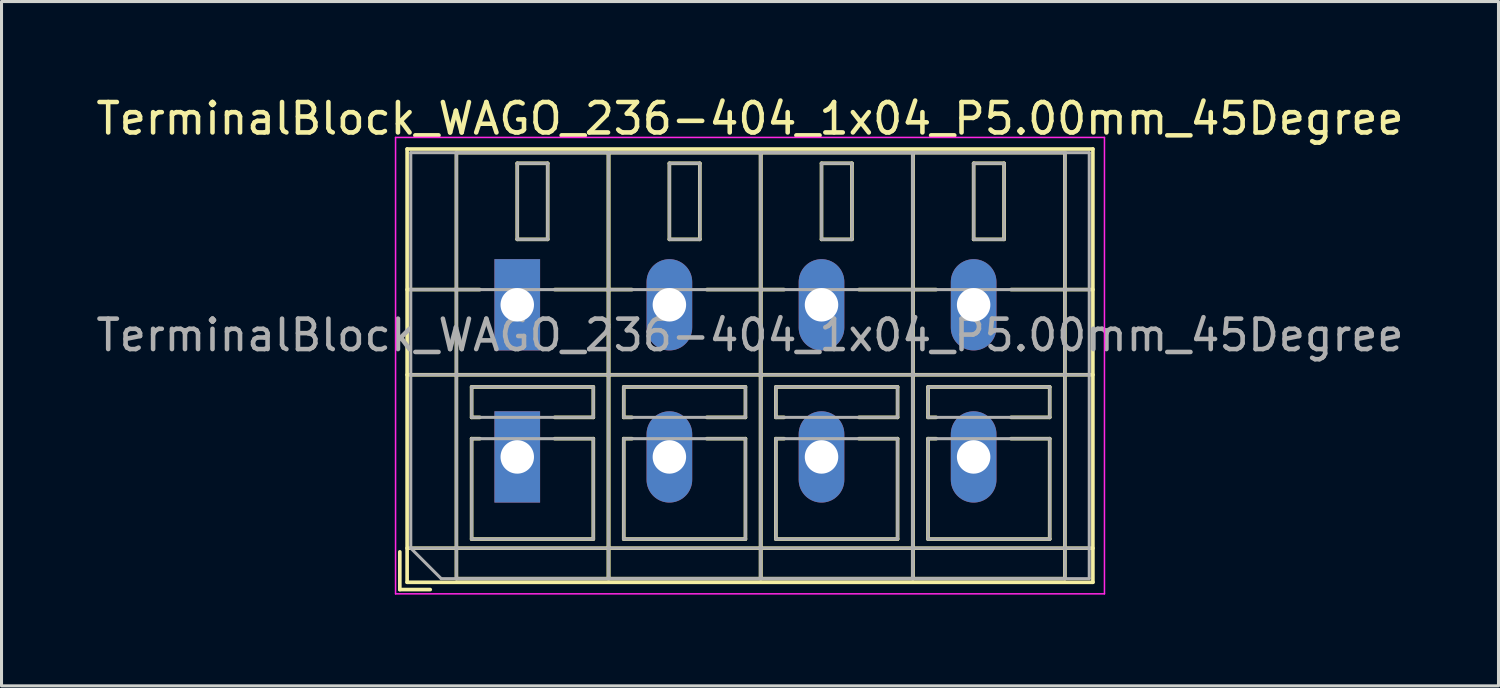
<source format=kicad_pcb>
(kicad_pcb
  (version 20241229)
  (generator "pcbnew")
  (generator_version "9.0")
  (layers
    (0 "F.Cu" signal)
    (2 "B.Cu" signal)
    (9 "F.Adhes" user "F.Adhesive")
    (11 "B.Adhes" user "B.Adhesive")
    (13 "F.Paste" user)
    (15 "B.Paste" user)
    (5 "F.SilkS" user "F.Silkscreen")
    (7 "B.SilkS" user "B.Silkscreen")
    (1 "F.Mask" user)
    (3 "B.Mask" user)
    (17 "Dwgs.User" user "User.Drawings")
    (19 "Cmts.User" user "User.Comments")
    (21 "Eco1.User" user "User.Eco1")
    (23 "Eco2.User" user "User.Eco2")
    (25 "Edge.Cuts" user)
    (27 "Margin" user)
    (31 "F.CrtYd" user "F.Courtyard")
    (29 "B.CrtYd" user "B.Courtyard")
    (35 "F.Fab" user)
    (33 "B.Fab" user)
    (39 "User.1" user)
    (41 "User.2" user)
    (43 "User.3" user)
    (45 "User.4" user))
  (footprint "TerminalBlock_WAGO_236-404_1x04_P5.00mm_45Degree"
    (layer "F.Cu")
    (at 13.951 6.968)
    (property "Reference" "TerminalBlock_WAGO_236-404_1x04_P5.00mm_45Degree" (at 7.65 -6.12 0) (layer "F.SilkS") (effects (font (size 1 1) (thickness 0.15))))
    (attr through_hole)
    (fp_line (start -3.86 8.12) (end -3.86 9.36) (stroke (width 0.12) (type solid)) (layer "F.SilkS"))
    (fp_line (start -3.86 9.36) (end -2.86 9.36) (stroke (width 0.12) (type solid)) (layer "F.SilkS"))
    (fp_line (start -3.62 -5.12) (end -3.62 9.12) (stroke (width 0.12) (type solid)) (layer "F.SilkS"))
    (fp_line (start -3.62 -5.12) (end 18.92 -5.12) (stroke (width 0.12) (type solid)) (layer "F.SilkS"))
    (fp_line (start -3.62 -0.5) (end -1.23 -0.5) (stroke (width 0.12) (type solid)) (layer "F.SilkS"))
    (fp_line (start -3.62 2.3) (end 18.92 2.3) (stroke (width 0.12) (type solid)) (layer "F.SilkS"))
    (fp_line (start -3.62 8) (end 18.92 8) (stroke (width 0.12) (type solid)) (layer "F.SilkS"))
    (fp_line (start -3.62 9.12) (end 18.92 9.12) (stroke (width 0.12) (type solid)) (layer "F.SilkS"))
    (fp_line (start -2 -5) (end -2 9) (stroke (width 0.12) (type solid)) (layer "F.SilkS"))
    (fp_line (start -2 -5) (end 3 -5) (stroke (width 0.12) (type solid)) (layer "F.SilkS"))
    (fp_line (start -2 9) (end 3 9) (stroke (width 0.12) (type solid)) (layer "F.SilkS"))
    (fp_line (start -1.5 2.7) (end -1.5 3.7) (stroke (width 0.12) (type solid)) (layer "F.SilkS"))
    (fp_line (start -1.5 2.7) (end 2.5 2.7) (stroke (width 0.12) (type solid)) (layer "F.SilkS"))
    (fp_line (start -1.5 3.7) (end -1.23 3.7) (stroke (width 0.12) (type solid)) (layer "F.SilkS"))
    (fp_line (start -1.5 4.4) (end -1.5 7.7) (stroke (width 0.12) (type solid)) (layer "F.SilkS"))
    (fp_line (start -1.5 4.4) (end -1.23 4.4) (stroke (width 0.12) (type solid)) (layer "F.SilkS"))
    (fp_line (start -1.5 7.7) (end 2.5 7.7) (stroke (width 0.12) (type solid)) (layer "F.SilkS"))
    (fp_line (start 0 -4.65) (end 0 -2.151) (stroke (width 0.12) (type solid)) (layer "F.SilkS"))
    (fp_line (start 0 -4.65) (end 1 -4.65) (stroke (width 0.12) (type solid)) (layer "F.SilkS"))
    (fp_line (start 0 -2.151) (end 1 -2.151) (stroke (width 0.12) (type solid)) (layer "F.SilkS"))
    (fp_line (start 1 -4.65) (end 1 -2.151) (stroke (width 0.12) (type solid)) (layer "F.SilkS"))
    (fp_line (start 1.23 -0.5) (end 3.77 -0.5) (stroke (width 0.12) (type solid)) (layer "F.SilkS"))
    (fp_line (start 1.23 3.7) (end 2.5 3.7) (stroke (width 0.12) (type solid)) (layer "F.SilkS"))
    (fp_line (start 1.23 4.4) (end 2.5 4.4) (stroke (width 0.12) (type solid)) (layer "F.SilkS"))
    (fp_line (start 2.5 2.7) (end 2.5 3.7) (stroke (width 0.12) (type solid)) (layer "F.SilkS"))
    (fp_line (start 2.5 4.4) (end 2.5 7.7) (stroke (width 0.12) (type solid)) (layer "F.SilkS"))
    (fp_line (start 3 -5) (end 3 9) (stroke (width 0.12) (type solid)) (layer "F.SilkS"))
    (fp_line (start 3 -5) (end 3 9) (stroke (width 0.12) (type solid)) (layer "F.SilkS"))
    (fp_line (start 3 -5) (end 8 -5) (stroke (width 0.12) (type solid)) (layer "F.SilkS"))
    (fp_line (start 3 9) (end 8 9) (stroke (width 0.12) (type solid)) (layer "F.SilkS"))
    (fp_line (start 3.5 2.7) (end 3.5 3.7) (stroke (width 0.12) (type solid)) (layer "F.SilkS"))
    (fp_line (start 3.5 2.7) (end 7.5 2.7) (stroke (width 0.12) (type solid)) (layer "F.SilkS"))
    (fp_line (start 3.5 3.7) (end 3.77 3.7) (stroke (width 0.12) (type solid)) (layer "F.SilkS"))
    (fp_line (start 3.5 4.4) (end 3.5 7.7) (stroke (width 0.12) (type solid)) (layer "F.SilkS"))
    (fp_line (start 3.5 4.4) (end 3.77 4.4) (stroke (width 0.12) (type solid)) (layer "F.SilkS"))
    (fp_line (start 3.5 7.7) (end 7.5 7.7) (stroke (width 0.12) (type solid)) (layer "F.SilkS"))
    (fp_line (start 5 -4.65) (end 5 -2.151) (stroke (width 0.12) (type solid)) (layer "F.SilkS"))
    (fp_line (start 5 -4.65) (end 6 -4.65) (stroke (width 0.12) (type solid)) (layer "F.SilkS"))
    (fp_line (start 5 -2.151) (end 6 -2.151) (stroke (width 0.12) (type solid)) (layer "F.SilkS"))
    (fp_line (start 6 -4.65) (end 6 -2.151) (stroke (width 0.12) (type solid)) (layer "F.SilkS"))
    (fp_line (start 6.23 -0.5) (end 8.77 -0.5) (stroke (width 0.12) (type solid)) (layer "F.SilkS"))
    (fp_line (start 6.23 3.7) (end 7.5 3.7) (stroke (width 0.12) (type solid)) (layer "F.SilkS"))
    (fp_line (start 6.23 4.4) (end 7.5 4.4) (stroke (width 0.12) (type solid)) (layer "F.SilkS"))
    (fp_line (start 7.5 2.7) (end 7.5 3.7) (stroke (width 0.12) (type solid)) (layer "F.SilkS"))
    (fp_line (start 7.5 4.4) (end 7.5 7.7) (stroke (width 0.12) (type solid)) (layer "F.SilkS"))
    (fp_line (start 8 -5) (end 8 9) (stroke (width 0.12) (type solid)) (layer "F.SilkS"))
    (fp_line (start 8 -5) (end 8 9) (stroke (width 0.12) (type solid)) (layer "F.SilkS"))
    (fp_line (start 8 -5) (end 13 -5) (stroke (width 0.12) (type solid)) (layer "F.SilkS"))
    (fp_line (start 8 9) (end 13 9) (stroke (width 0.12) (type solid)) (layer "F.SilkS"))
    (fp_line (start 8.5 2.7) (end 8.5 3.7) (stroke (width 0.12) (type solid)) (layer "F.SilkS"))
    (fp_line (start 8.5 2.7) (end 12.5 2.7) (stroke (width 0.12) (type solid)) (layer "F.SilkS"))
    (fp_line (start 8.5 3.7) (end 8.77 3.7) (stroke (width 0.12) (type solid)) (layer "F.SilkS"))
    (fp_line (start 8.5 4.4) (end 8.5 7.7) (stroke (width 0.12) (type solid)) (layer "F.SilkS"))
    (fp_line (start 8.5 4.4) (end 8.77 4.4) (stroke (width 0.12) (type solid)) (layer "F.SilkS"))
    (fp_line (start 8.5 7.7) (end 12.5 7.7) (stroke (width 0.12) (type solid)) (layer "F.SilkS"))
    (fp_line (start 10 -4.65) (end 10 -2.151) (stroke (width 0.12) (type solid)) (layer "F.SilkS"))
    (fp_line (start 10 -4.65) (end 11 -4.65) (stroke (width 0.12) (type solid)) (layer "F.SilkS"))
    (fp_line (start 10 -2.151) (end 11 -2.151) (stroke (width 0.12) (type solid)) (layer "F.SilkS"))
    (fp_line (start 11 -4.65) (end 11 -2.151) (stroke (width 0.12) (type solid)) (layer "F.SilkS"))
    (fp_line (start 11.23 -0.5) (end 13.77 -0.5) (stroke (width 0.12) (type solid)) (layer "F.SilkS"))
    (fp_line (start 11.23 3.7) (end 12.5 3.7) (stroke (width 0.12) (type solid)) (layer "F.SilkS"))
    (fp_line (start 11.23 4.4) (end 12.5 4.4) (stroke (width 0.12) (type solid)) (layer "F.SilkS"))
    (fp_line (start 12.5 2.7) (end 12.5 3.7) (stroke (width 0.12) (type solid)) (layer "F.SilkS"))
    (fp_line (start 12.5 4.4) (end 12.5 7.7) (stroke (width 0.12) (type solid)) (layer "F.SilkS"))
    (fp_line (start 13 -5) (end 13 9) (stroke (width 0.12) (type solid)) (layer "F.SilkS"))
    (fp_line (start 13 -5) (end 13 9) (stroke (width 0.12) (type solid)) (layer "F.SilkS"))
    (fp_line (start 13 -5) (end 18 -5) (stroke (width 0.12) (type solid)) (layer "F.SilkS"))
    (fp_line (start 13 9) (end 18 9) (stroke (width 0.12) (type solid)) (layer "F.SilkS"))
    (fp_line (start 13.5 2.7) (end 13.5 3.7) (stroke (width 0.12) (type solid)) (layer "F.SilkS"))
    (fp_line (start 13.5 2.7) (end 17.5 2.7) (stroke (width 0.12) (type solid)) (layer "F.SilkS"))
    (fp_line (start 13.5 3.7) (end 13.77 3.7) (stroke (width 0.12) (type solid)) (layer "F.SilkS"))
    (fp_line (start 13.5 4.4) (end 13.5 7.7) (stroke (width 0.12) (type solid)) (layer "F.SilkS"))
    (fp_line (start 13.5 4.4) (end 13.77 4.4) (stroke (width 0.12) (type solid)) (layer "F.SilkS"))
    (fp_line (start 13.5 7.7) (end 17.5 7.7) (stroke (width 0.12) (type solid)) (layer "F.SilkS"))
    (fp_line (start 15 -4.65) (end 15 -2.151) (stroke (width 0.12) (type solid)) (layer "F.SilkS"))
    (fp_line (start 15 -4.65) (end 16 -4.65) (stroke (width 0.12) (type solid)) (layer "F.SilkS"))
    (fp_line (start 15 -2.151) (end 16 -2.151) (stroke (width 0.12) (type solid)) (layer "F.SilkS"))
    (fp_line (start 16 -4.65) (end 16 -2.151) (stroke (width 0.12) (type solid)) (layer "F.SilkS"))
    (fp_line (start 16.23 -0.5) (end 18.92 -0.5) (stroke (width 0.12) (type solid)) (layer "F.SilkS"))
    (fp_line (start 16.23 3.7) (end 17.5 3.7) (stroke (width 0.12) (type solid)) (layer "F.SilkS"))
    (fp_line (start 16.23 4.4) (end 17.5 4.4) (stroke (width 0.12) (type solid)) (layer "F.SilkS"))
    (fp_line (start 17.5 2.7) (end 17.5 3.7) (stroke (width 0.12) (type solid)) (layer "F.SilkS"))
    (fp_line (start 17.5 4.4) (end 17.5 7.7) (stroke (width 0.12) (type solid)) (layer "F.SilkS"))
    (fp_line (start 18 -5) (end 18 9) (stroke (width 0.12) (type solid)) (layer "F.SilkS"))
    (fp_line (start 18.92 -5.12) (end 18.92 9.12) (stroke (width 0.12) (type solid)) (layer "F.SilkS"))
    (fp_line (start -4 -5.5) (end -4 9.5) (stroke (width 0.05) (type solid)) (layer "F.CrtYd"))
    (fp_line (start -4 9.5) (end 19.3 9.5) (stroke (width 0.05) (type solid)) (layer "F.CrtYd"))
    (fp_line (start 19.3 -5.5) (end -4 -5.5) (stroke (width 0.05) (type solid)) (layer "F.CrtYd"))
    (fp_line (start 19.3 9.5) (end 19.3 -5.5) (stroke (width 0.05) (type solid)) (layer "F.CrtYd"))
    (fp_line (start -3.5 -5) (end 18.8 -5) (stroke (width 0.1) (type solid)) (layer "F.Fab"))
    (fp_line (start -3.5 -0.5) (end 18.8 -0.5) (stroke (width 0.1) (type solid)) (layer "F.Fab"))
    (fp_line (start -3.5 2.3) (end 18.8 2.3) (stroke (width 0.1) (type solid)) (layer "F.Fab"))
    (fp_line (start -3.5 8) (end -3.5 -5) (stroke (width 0.1) (type solid)) (layer "F.Fab"))
    (fp_line (start -3.5 8) (end 18.8 8) (stroke (width 0.1) (type solid)) (layer "F.Fab"))
    (fp_line (start -2.5 9) (end -3.5 8) (stroke (width 0.1) (type solid)) (layer "F.Fab"))
    (fp_line (start -2 -5) (end -2 9) (stroke (width 0.1) (type solid)) (layer "F.Fab"))
    (fp_line (start -2 9) (end 3 9) (stroke (width 0.1) (type solid)) (layer "F.Fab"))
    (fp_line (start -1.5 2.7) (end -1.5 3.7) (stroke (width 0.1) (type solid)) (layer "F.Fab"))
    (fp_line (start -1.5 3.7) (end 2.5 3.7) (stroke (width 0.1) (type solid)) (layer "F.Fab"))
    (fp_line (start -1.5 4.4) (end -1.5 7.7) (stroke (width 0.1) (type solid)) (layer "F.Fab"))
    (fp_line (start -1.5 7.7) (end 2.5 7.7) (stroke (width 0.1) (type solid)) (layer "F.Fab"))
    (fp_line (start 0 -4.65) (end 0 -2.15) (stroke (width 0.1) (type solid)) (layer "F.Fab"))
    (fp_line (start 0 -2.15) (end 1 -2.15) (stroke (width 0.1) (type solid)) (layer "F.Fab"))
    (fp_line (start 1 -4.65) (end 0 -4.65) (stroke (width 0.1) (type solid)) (layer "F.Fab"))
    (fp_line (start 1 -2.15) (end 1 -4.65) (stroke (width 0.1) (type solid)) (layer "F.Fab"))
    (fp_line (start 2.5 2.7) (end -1.5 2.7) (stroke (width 0.1) (type solid)) (layer "F.Fab"))
    (fp_line (start 2.5 3.7) (end 2.5 2.7) (stroke (width 0.1) (type solid)) (layer "F.Fab"))
    (fp_line (start 2.5 4.4) (end -1.5 4.4) (stroke (width 0.1) (type solid)) (layer "F.Fab"))
    (fp_line (start 2.5 7.7) (end 2.5 4.4) (stroke (width 0.1) (type solid)) (layer "F.Fab"))
    (fp_line (start 3 -5) (end -2 -5) (stroke (width 0.1) (type solid)) (layer "F.Fab"))
    (fp_line (start 3 -5) (end 3 9) (stroke (width 0.1) (type solid)) (layer "F.Fab"))
    (fp_line (start 3 9) (end 3 -5) (stroke (width 0.1) (type solid)) (layer "F.Fab"))
    (fp_line (start 3 9) (end 8 9) (stroke (width 0.1) (type solid)) (layer "F.Fab"))
    (fp_line (start 3.5 2.7) (end 3.5 3.7) (stroke (width 0.1) (type solid)) (layer "F.Fab"))
    (fp_line (start 3.5 3.7) (end 7.5 3.7) (stroke (width 0.1) (type solid)) (layer "F.Fab"))
    (fp_line (start 3.5 4.4) (end 3.5 7.7) (stroke (width 0.1) (type solid)) (layer "F.Fab"))
    (fp_line (start 3.5 7.7) (end 7.5 7.7) (stroke (width 0.1) (type solid)) (layer "F.Fab"))
    (fp_line (start 5 -4.65) (end 5 -2.15) (stroke (width 0.1) (type solid)) (layer "F.Fab"))
    (fp_line (start 5 -2.15) (end 6 -2.15) (stroke (width 0.1) (type solid)) (layer "F.Fab"))
    (fp_line (start 6 -4.65) (end 5 -4.65) (stroke (width 0.1) (type solid)) (layer "F.Fab"))
    (fp_line (start 6 -2.15) (end 6 -4.65) (stroke (width 0.1) (type solid)) (layer "F.Fab"))
    (fp_line (start 7.5 2.7) (end 3.5 2.7) (stroke (width 0.1) (type solid)) (layer "F.Fab"))
    (fp_line (start 7.5 3.7) (end 7.5 2.7) (stroke (width 0.1) (type solid)) (layer "F.Fab"))
    (fp_line (start 7.5 4.4) (end 3.5 4.4) (stroke (width 0.1) (type solid)) (layer "F.Fab"))
    (fp_line (start 7.5 7.7) (end 7.5 4.4) (stroke (width 0.1) (type solid)) (layer "F.Fab"))
    (fp_line (start 8 -5) (end 3 -5) (stroke (width 0.1) (type solid)) (layer "F.Fab"))
    (fp_line (start 8 -5) (end 8 9) (stroke (width 0.1) (type solid)) (layer "F.Fab"))
    (fp_line (start 8 9) (end 8 -5) (stroke (width 0.1) (type solid)) (layer "F.Fab"))
    (fp_line (start 8 9) (end 13 9) (stroke (width 0.1) (type solid)) (layer "F.Fab"))
    (fp_line (start 8.5 2.7) (end 8.5 3.7) (stroke (width 0.1) (type solid)) (layer "F.Fab"))
    (fp_line (start 8.5 3.7) (end 12.5 3.7) (stroke (width 0.1) (type solid)) (layer "F.Fab"))
    (fp_line (start 8.5 4.4) (end 8.5 7.7) (stroke (width 0.1) (type solid)) (layer "F.Fab"))
    (fp_line (start 8.5 7.7) (end 12.5 7.7) (stroke (width 0.1) (type solid)) (layer "F.Fab"))
    (fp_line (start 10 -4.65) (end 10 -2.15) (stroke (width 0.1) (type solid)) (layer "F.Fab"))
    (fp_line (start 10 -2.15) (end 11 -2.15) (stroke (width 0.1) (type solid)) (layer "F.Fab"))
    (fp_line (start 11 -4.65) (end 10 -4.65) (stroke (width 0.1) (type solid)) (layer "F.Fab"))
    (fp_line (start 11 -2.15) (end 11 -4.65) (stroke (width 0.1) (type solid)) (layer "F.Fab"))
    (fp_line (start 12.5 2.7) (end 8.5 2.7) (stroke (width 0.1) (type solid)) (layer "F.Fab"))
    (fp_line (start 12.5 3.7) (end 12.5 2.7) (stroke (width 0.1) (type solid)) (layer "F.Fab"))
    (fp_line (start 12.5 4.4) (end 8.5 4.4) (stroke (width 0.1) (type solid)) (layer "F.Fab"))
    (fp_line (start 12.5 7.7) (end 12.5 4.4) (stroke (width 0.1) (type solid)) (layer "F.Fab"))
    (fp_line (start 13 -5) (end 8 -5) (stroke (width 0.1) (type solid)) (layer "F.Fab"))
    (fp_line (start 13 -5) (end 13 9) (stroke (width 0.1) (type solid)) (layer "F.Fab"))
    (fp_line (start 13 9) (end 13 -5) (stroke (width 0.1) (type solid)) (layer "F.Fab"))
    (fp_line (start 13 9) (end 18 9) (stroke (width 0.1) (type solid)) (layer "F.Fab"))
    (fp_line (start 13.5 2.7) (end 13.5 3.7) (stroke (width 0.1) (type solid)) (layer "F.Fab"))
    (fp_line (start 13.5 3.7) (end 17.5 3.7) (stroke (width 0.1) (type solid)) (layer "F.Fab"))
    (fp_line (start 13.5 4.4) (end 13.5 7.7) (stroke (width 0.1) (type solid)) (layer "F.Fab"))
    (fp_line (start 13.5 7.7) (end 17.5 7.7) (stroke (width 0.1) (type solid)) (layer "F.Fab"))
    (fp_line (start 15 -4.65) (end 15 -2.15) (stroke (width 0.1) (type solid)) (layer "F.Fab"))
    (fp_line (start 15 -2.15) (end 16 -2.15) (stroke (width 0.1) (type solid)) (layer "F.Fab"))
    (fp_line (start 16 -4.65) (end 15 -4.65) (stroke (width 0.1) (type solid)) (layer "F.Fab"))
    (fp_line (start 16 -2.15) (end 16 -4.65) (stroke (width 0.1) (type solid)) (layer "F.Fab"))
    (fp_line (start 17.5 2.7) (end 13.5 2.7) (stroke (width 0.1) (type solid)) (layer "F.Fab"))
    (fp_line (start 17.5 3.7) (end 17.5 2.7) (stroke (width 0.1) (type solid)) (layer "F.Fab"))
    (fp_line (start 17.5 4.4) (end 13.5 4.4) (stroke (width 0.1) (type solid)) (layer "F.Fab"))
    (fp_line (start 17.5 7.7) (end 17.5 4.4) (stroke (width 0.1) (type solid)) (layer "F.Fab"))
    (fp_line (start 18 -5) (end 13 -5) (stroke (width 0.1) (type solid)) (layer "F.Fab"))
    (fp_line (start 18 9) (end 18 -5) (stroke (width 0.1) (type solid)) (layer "F.Fab"))
    (fp_line (start 18.8 -5) (end 18.8 9) (stroke (width 0.1) (type solid)) (layer "F.Fab"))
    (fp_line (start 18.8 9) (end -2.5 9) (stroke (width 0.1) (type solid)) (layer "F.Fab"))
    (fp_text user "${REFERENCE}" (at 7.65 1 0) (layer "F.Fab") (effects (font (size 1 1) (thickness 0.15))))
    (pad "1" thru_hole rect (at 0 0) (size 1.5 3) (drill 1.1) (layers "*.Cu" "*.Mask"))
    (pad "1" thru_hole rect (at 0 5) (size 1.5 3) (drill 1.1) (layers "*.Cu" "*.Mask"))
    (pad "2" thru_hole oval (at 5 0) (size 1.5 3) (drill 1.1) (layers "*.Cu" "*.Mask"))
    (pad "2" thru_hole oval (at 5 5) (size 1.5 3) (drill 1.1) (layers "*.Cu" "*.Mask"))
    (pad "3" thru_hole oval (at 10 0) (size 1.5 3) (drill 1.1) (layers "*.Cu" "*.Mask"))
    (pad "3" thru_hole oval (at 10 5) (size 1.5 3) (drill 1.1) (layers "*.Cu" "*.Mask"))
    (pad "4" thru_hole oval (at 15 0) (size 1.5 3) (drill 1.1) (layers "*.Cu" "*.Mask"))
    (pad "4" thru_hole oval (at 15 5) (size 1.5 3) (drill 1.1) (layers "*.Cu" "*.Mask")))
  (gr_rect
    (start -3 -3)
    (end 46.202 19.493)
    (stroke (width 0.1) (type default))
    (fill no)
    (layer "Edge.Cuts")))
</source>
